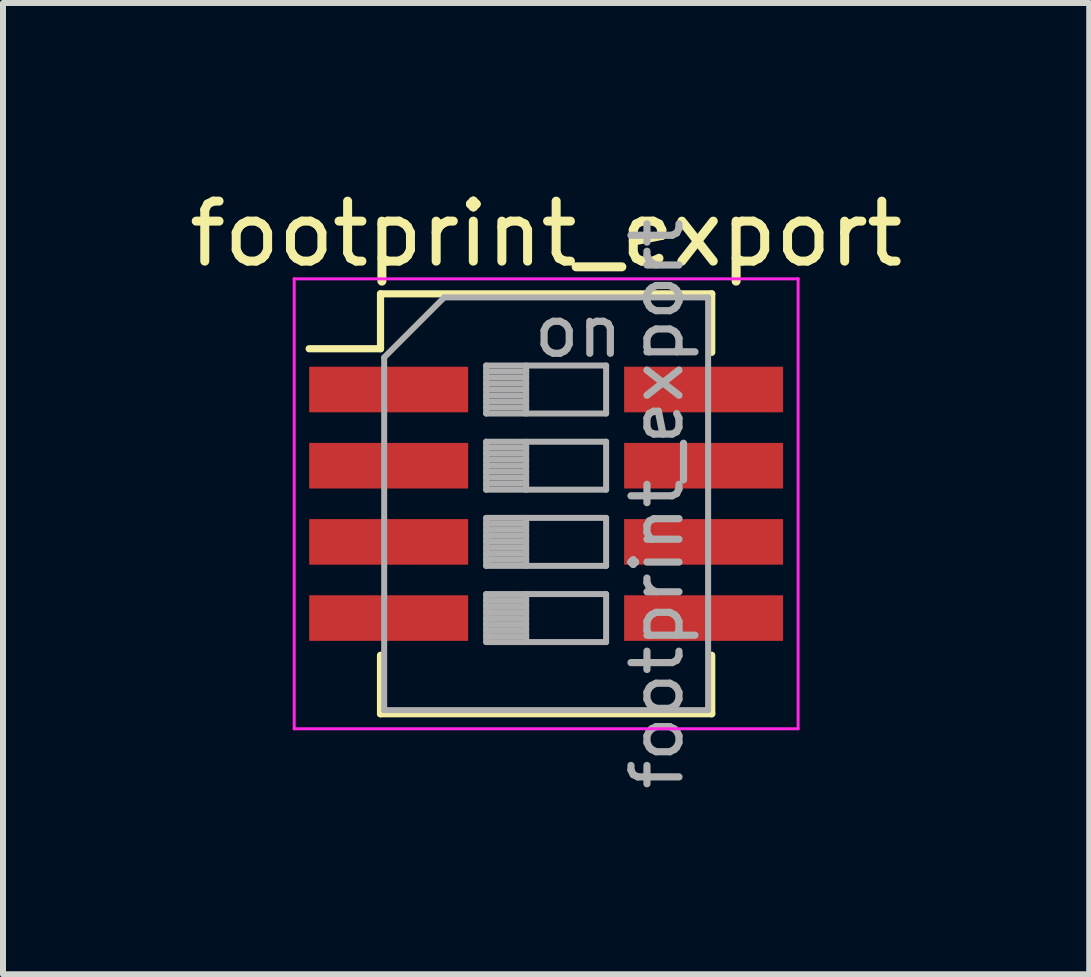
<source format=kicad_pcb>
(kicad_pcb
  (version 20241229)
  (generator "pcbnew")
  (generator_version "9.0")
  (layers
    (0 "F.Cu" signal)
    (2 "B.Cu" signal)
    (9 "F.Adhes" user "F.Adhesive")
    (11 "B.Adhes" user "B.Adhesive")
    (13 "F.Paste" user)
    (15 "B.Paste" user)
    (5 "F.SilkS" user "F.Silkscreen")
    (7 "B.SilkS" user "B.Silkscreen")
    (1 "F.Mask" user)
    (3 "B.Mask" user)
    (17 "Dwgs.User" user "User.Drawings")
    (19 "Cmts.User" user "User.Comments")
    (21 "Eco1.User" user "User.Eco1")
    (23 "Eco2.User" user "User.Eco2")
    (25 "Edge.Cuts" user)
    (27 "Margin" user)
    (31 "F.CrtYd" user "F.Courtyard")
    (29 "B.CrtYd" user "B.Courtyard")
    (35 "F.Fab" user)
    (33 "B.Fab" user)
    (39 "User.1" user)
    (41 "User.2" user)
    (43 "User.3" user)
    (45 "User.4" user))
  (footprint "footprint_export"
    (layer "F.Cu")
    (at 6.054 5.348)
    (property "Reference" "footprint_export" (at 0 -4.5 0) (layer "F.SilkS") (effects (font (size 1 1) (thickness 0.15))))
    (attr smd)
    (fp_line (start -3.951 -2.585) (end -2.761 -2.585) (stroke (width 0.12) (type solid)) (layer "F.SilkS"))
    (fp_line (start -2.761 -3.5) (end -2.761 -2.585) (stroke (width 0.12) (type solid)) (layer "F.SilkS"))
    (fp_line (start -2.761 -3.5) (end 2.76 -3.5) (stroke (width 0.12) (type solid)) (layer "F.SilkS"))
    (fp_line (start -2.761 2.525) (end -2.761 3.5) (stroke (width 0.12) (type solid)) (layer "F.SilkS"))
    (fp_line (start -2.761 3.5) (end 2.76 3.5) (stroke (width 0.12) (type solid)) (layer "F.SilkS"))
    (fp_line (start 2.76 -3.5) (end 2.76 -2.525) (stroke (width 0.12) (type solid)) (layer "F.SilkS"))
    (fp_line (start 2.76 2.525) (end 2.76 3.5) (stroke (width 0.12) (type solid)) (layer "F.SilkS"))
    (fp_line (start -4.2 -3.75) (end -4.2 3.75) (stroke (width 0.05) (type solid)) (layer "F.CrtYd"))
    (fp_line (start -4.2 3.75) (end 4.2 3.75) (stroke (width 0.05) (type solid)) (layer "F.CrtYd"))
    (fp_line (start 4.2 -3.75) (end -4.2 -3.75) (stroke (width 0.05) (type solid)) (layer "F.CrtYd"))
    (fp_line (start 4.2 3.75) (end 4.2 -3.75) (stroke (width 0.05) (type solid)) (layer "F.CrtYd"))
    (fp_line (start -2.7 -2.44) (end -1.7 -3.44) (stroke (width 0.1) (type solid)) (layer "F.Fab"))
    (fp_line (start -2.7 3.44) (end -2.7 -2.44) (stroke (width 0.1) (type solid)) (layer "F.Fab"))
    (fp_line (start -1.7 -3.44) (end 2.7 -3.44) (stroke (width 0.1) (type solid)) (layer "F.Fab"))
    (fp_line (start -1 -2.305) (end -1 -1.505) (stroke (width 0.1) (type solid)) (layer "F.Fab"))
    (fp_line (start -1 -2.205) (end -0.333 -2.205) (stroke (width 0.1) (type solid)) (layer "F.Fab"))
    (fp_line (start -1 -2.105) (end -0.333 -2.105) (stroke (width 0.1) (type solid)) (layer "F.Fab"))
    (fp_line (start -1 -2.005) (end -0.333 -2.005) (stroke (width 0.1) (type solid)) (layer "F.Fab"))
    (fp_line (start -1 -1.905) (end -0.333 -1.905) (stroke (width 0.1) (type solid)) (layer "F.Fab"))
    (fp_line (start -1 -1.805) (end -0.333 -1.805) (stroke (width 0.1) (type solid)) (layer "F.Fab"))
    (fp_line (start -1 -1.705) (end -0.333 -1.705) (stroke (width 0.1) (type solid)) (layer "F.Fab"))
    (fp_line (start -1 -1.605) (end -0.333 -1.605) (stroke (width 0.1) (type solid)) (layer "F.Fab"))
    (fp_line (start -1 -1.505) (end 1 -1.505) (stroke (width 0.1) (type solid)) (layer "F.Fab"))
    (fp_line (start -1 -1.035) (end -1 -0.235) (stroke (width 0.1) (type solid)) (layer "F.Fab"))
    (fp_line (start -1 -0.935) (end -0.333 -0.935) (stroke (width 0.1) (type solid)) (layer "F.Fab"))
    (fp_line (start -1 -0.835) (end -0.333 -0.835) (stroke (width 0.1) (type solid)) (layer "F.Fab"))
    (fp_line (start -1 -0.735) (end -0.333 -0.735) (stroke (width 0.1) (type solid)) (layer "F.Fab"))
    (fp_line (start -1 -0.635) (end -0.333 -0.635) (stroke (width 0.1) (type solid)) (layer "F.Fab"))
    (fp_line (start -1 -0.535) (end -0.333 -0.535) (stroke (width 0.1) (type solid)) (layer "F.Fab"))
    (fp_line (start -1 -0.435) (end -0.333 -0.435) (stroke (width 0.1) (type solid)) (layer "F.Fab"))
    (fp_line (start -1 -0.335) (end -0.333 -0.335) (stroke (width 0.1) (type solid)) (layer "F.Fab"))
    (fp_line (start -1 -0.235) (end 1 -0.235) (stroke (width 0.1) (type solid)) (layer "F.Fab"))
    (fp_line (start -1 0.235) (end -1 1.035) (stroke (width 0.1) (type solid)) (layer "F.Fab"))
    (fp_line (start -1 0.335) (end -0.333 0.335) (stroke (width 0.1) (type solid)) (layer "F.Fab"))
    (fp_line (start -1 0.435) (end -0.333 0.435) (stroke (width 0.1) (type solid)) (layer "F.Fab"))
    (fp_line (start -1 0.535) (end -0.333 0.535) (stroke (width 0.1) (type solid)) (layer "F.Fab"))
    (fp_line (start -1 0.635) (end -0.333 0.635) (stroke (width 0.1) (type solid)) (layer "F.Fab"))
    (fp_line (start -1 0.735) (end -0.333 0.735) (stroke (width 0.1) (type solid)) (layer "F.Fab"))
    (fp_line (start -1 0.835) (end -0.333 0.835) (stroke (width 0.1) (type solid)) (layer "F.Fab"))
    (fp_line (start -1 0.935) (end -0.333 0.935) (stroke (width 0.1) (type solid)) (layer "F.Fab"))
    (fp_line (start -1 1.035) (end 1 1.035) (stroke (width 0.1) (type solid)) (layer "F.Fab"))
    (fp_line (start -1 1.505) (end -1 2.305) (stroke (width 0.1) (type solid)) (layer "F.Fab"))
    (fp_line (start -1 1.605) (end -0.333 1.605) (stroke (width 0.1) (type solid)) (layer "F.Fab"))
    (fp_line (start -1 1.705) (end -0.333 1.705) (stroke (width 0.1) (type solid)) (layer "F.Fab"))
    (fp_line (start -1 1.805) (end -0.333 1.805) (stroke (width 0.1) (type solid)) (layer "F.Fab"))
    (fp_line (start -1 1.905) (end -0.333 1.905) (stroke (width 0.1) (type solid)) (layer "F.Fab"))
    (fp_line (start -1 2.005) (end -0.333 2.005) (stroke (width 0.1) (type solid)) (layer "F.Fab"))
    (fp_line (start -1 2.105) (end -0.333 2.105) (stroke (width 0.1) (type solid)) (layer "F.Fab"))
    (fp_line (start -1 2.205) (end -0.333 2.205) (stroke (width 0.1) (type solid)) (layer "F.Fab"))
    (fp_line (start -1 2.305) (end 1 2.305) (stroke (width 0.1) (type solid)) (layer "F.Fab"))
    (fp_line (start -0.333 -2.305) (end -0.333 -1.505) (stroke (width 0.1) (type solid)) (layer "F.Fab"))
    (fp_line (start -0.333 -1.035) (end -0.333 -0.235) (stroke (width 0.1) (type solid)) (layer "F.Fab"))
    (fp_line (start -0.333 0.235) (end -0.333 1.035) (stroke (width 0.1) (type solid)) (layer "F.Fab"))
    (fp_line (start -0.333 1.505) (end -0.333 2.305) (stroke (width 0.1) (type solid)) (layer "F.Fab"))
    (fp_line (start 1 -2.305) (end -1 -2.305) (stroke (width 0.1) (type solid)) (layer "F.Fab"))
    (fp_line (start 1 -1.505) (end 1 -2.305) (stroke (width 0.1) (type solid)) (layer "F.Fab"))
    (fp_line (start 1 -1.035) (end -1 -1.035) (stroke (width 0.1) (type solid)) (layer "F.Fab"))
    (fp_line (start 1 -0.235) (end 1 -1.035) (stroke (width 0.1) (type solid)) (layer "F.Fab"))
    (fp_line (start 1 0.235) (end -1 0.235) (stroke (width 0.1) (type solid)) (layer "F.Fab"))
    (fp_line (start 1 1.035) (end 1 0.235) (stroke (width 0.1) (type solid)) (layer "F.Fab"))
    (fp_line (start 1 1.505) (end -1 1.505) (stroke (width 0.1) (type solid)) (layer "F.Fab"))
    (fp_line (start 1 2.305) (end 1 1.505) (stroke (width 0.1) (type solid)) (layer "F.Fab"))
    (fp_line (start 2.7 -3.44) (end 2.7 3.44) (stroke (width 0.1) (type solid)) (layer "F.Fab"))
    (fp_line (start 2.7 3.44) (end -2.7 3.44) (stroke (width 0.1) (type solid)) (layer "F.Fab"))
    (fp_text user "on" (at 0.537 -2.873 0) (layer "F.Fab") (effects (font (size 0.8 0.8) (thickness 0.12))))
    (fp_text user "${REFERENCE}" (at 1.85 0 90) (layer "F.Fab") (effects (font (size 0.8 0.8) (thickness 0.12))))
    (pad "1" smd rect (at -2.625 -1.905) (size 2.65 0.76) (layers "F.Cu" "F.Mask" "F.Paste"))
    (pad "2" smd rect (at -2.625 -0.635) (size 2.65 0.76) (layers "F.Cu" "F.Mask" "F.Paste"))
    (pad "3" smd rect (at -2.625 0.635) (size 2.65 0.76) (layers "F.Cu" "F.Mask" "F.Paste"))
    (pad "4" smd rect (at -2.625 1.905) (size 2.65 0.76) (layers "F.Cu" "F.Mask" "F.Paste"))
    (pad "5" smd rect (at 2.625 1.905) (size 2.65 0.76) (layers "F.Cu" "F.Mask" "F.Paste"))
    (pad "6" smd rect (at 2.625 0.635) (size 2.65 0.76) (layers "F.Cu" "F.Mask" "F.Paste"))
    (pad "7" smd rect (at 2.625 -0.635) (size 2.65 0.76) (layers "F.Cu" "F.Mask" "F.Paste"))
    (pad "8" smd rect (at 2.625 -1.905) (size 2.65 0.76) (layers "F.Cu" "F.Mask" "F.Paste")))
  (gr_rect
    (start -3 -3)
    (end 15.107 13.191)
    (stroke (width 0.1) (type default))
    (fill no)
    (layer "Edge.Cuts")))
</source>
